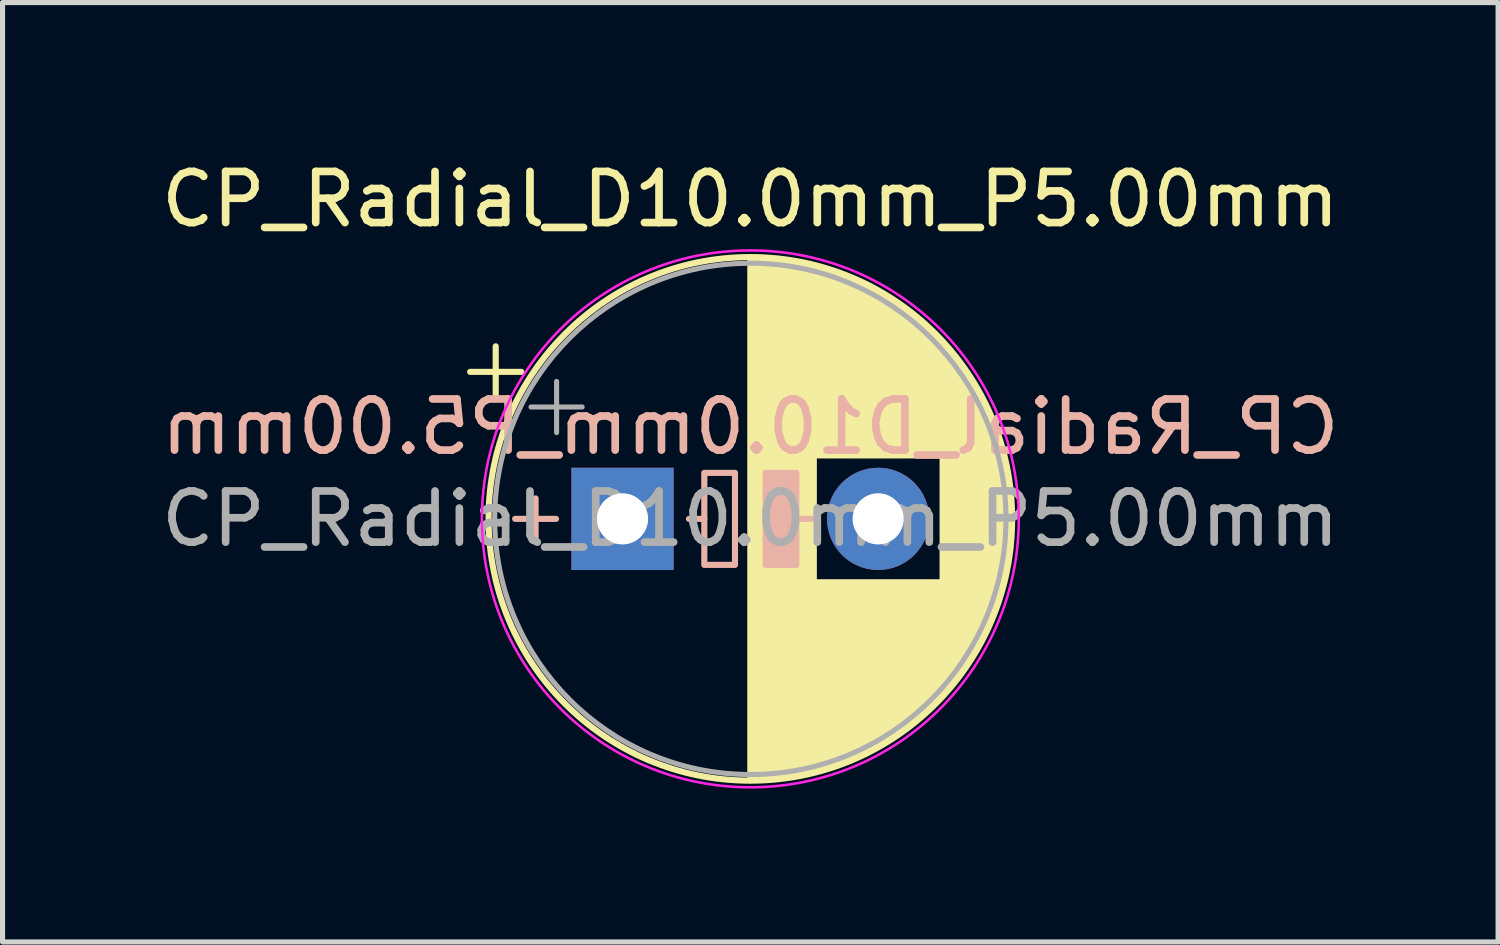
<source format=kicad_pcb>
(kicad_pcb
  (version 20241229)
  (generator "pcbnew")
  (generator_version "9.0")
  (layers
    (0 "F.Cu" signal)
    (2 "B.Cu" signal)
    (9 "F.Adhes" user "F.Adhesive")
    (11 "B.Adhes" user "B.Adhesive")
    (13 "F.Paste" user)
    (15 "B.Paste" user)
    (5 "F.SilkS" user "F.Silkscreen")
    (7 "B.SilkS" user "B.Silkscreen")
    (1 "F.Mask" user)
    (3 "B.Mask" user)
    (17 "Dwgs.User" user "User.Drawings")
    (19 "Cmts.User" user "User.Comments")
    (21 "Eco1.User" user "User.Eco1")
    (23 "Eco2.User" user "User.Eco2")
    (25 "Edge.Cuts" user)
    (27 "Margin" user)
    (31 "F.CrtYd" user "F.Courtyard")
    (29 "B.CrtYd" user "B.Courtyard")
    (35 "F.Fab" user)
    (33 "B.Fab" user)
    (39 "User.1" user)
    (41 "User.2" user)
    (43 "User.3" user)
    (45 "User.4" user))
  (footprint "CP_Radial_D10.0mm_P5.00mm"
    (layer "F.Cu")
    (at 9.125 7.098)
    (property "Reference" "CP_Radial_D10.0mm_P5.00mm" (at 2.5 -6.25 0) (layer "F.SilkS") (effects (font (size 1 1) (thickness 0.15))))
    (fp_line (start -2.98 -2.875) (end -1.98 -2.875) (stroke (width 0.12) (type solid)) (layer "F.SilkS"))
    (fp_line (start -2.48 -3.375) (end -2.48 -2.375) (stroke (width 0.12) (type solid)) (layer "F.SilkS"))
    (fp_line (start 2.5 -5.08) (end 2.5 5.08) (stroke (width 0.12) (type solid)) (layer "F.SilkS"))
    (fp_line (start 2.54 -5.08) (end 2.54 5.08) (stroke (width 0.12) (type solid)) (layer "F.SilkS"))
    (fp_line (start 2.58 -5.08) (end 2.58 5.08) (stroke (width 0.12) (type solid)) (layer "F.SilkS"))
    (fp_line (start 2.62 -5.079) (end 2.62 5.079) (stroke (width 0.12) (type solid)) (layer "F.SilkS"))
    (fp_line (start 2.66 -5.078) (end 2.66 5.078) (stroke (width 0.12) (type solid)) (layer "F.SilkS"))
    (fp_line (start 2.7 -5.077) (end 2.7 5.077) (stroke (width 0.12) (type solid)) (layer "F.SilkS"))
    (fp_line (start 2.74 -5.075) (end 2.74 5.075) (stroke (width 0.12) (type solid)) (layer "F.SilkS"))
    (fp_line (start 2.78 -5.073) (end 2.78 5.073) (stroke (width 0.12) (type solid)) (layer "F.SilkS"))
    (fp_line (start 2.82 -5.07) (end 2.82 5.07) (stroke (width 0.12) (type solid)) (layer "F.SilkS"))
    (fp_line (start 2.86 -5.068) (end 2.86 5.068) (stroke (width 0.12) (type solid)) (layer "F.SilkS"))
    (fp_line (start 2.9 -5.065) (end 2.9 5.065) (stroke (width 0.12) (type solid)) (layer "F.SilkS"))
    (fp_line (start 2.94 -5.062) (end 2.94 5.062) (stroke (width 0.12) (type solid)) (layer "F.SilkS"))
    (fp_line (start 2.98 -5.058) (end 2.98 5.058) (stroke (width 0.12) (type solid)) (layer "F.SilkS"))
    (fp_line (start 3.02 -5.054) (end 3.02 5.054) (stroke (width 0.12) (type solid)) (layer "F.SilkS"))
    (fp_line (start 3.06 -5.05) (end 3.06 5.05) (stroke (width 0.12) (type solid)) (layer "F.SilkS"))
    (fp_line (start 3.1 -5.045) (end 3.1 5.045) (stroke (width 0.12) (type solid)) (layer "F.SilkS"))
    (fp_line (start 3.14 -5.04) (end 3.14 5.04) (stroke (width 0.12) (type solid)) (layer "F.SilkS"))
    (fp_line (start 3.18 -5.035) (end 3.18 5.035) (stroke (width 0.12) (type solid)) (layer "F.SilkS"))
    (fp_line (start 3.221 -5.03) (end 3.221 5.03) (stroke (width 0.12) (type solid)) (layer "F.SilkS"))
    (fp_line (start 3.261 -5.024) (end 3.261 5.024) (stroke (width 0.12) (type solid)) (layer "F.SilkS"))
    (fp_line (start 3.301 -5.018) (end 3.301 5.018) (stroke (width 0.12) (type solid)) (layer "F.SilkS"))
    (fp_line (start 3.341 -5.011) (end 3.341 5.011) (stroke (width 0.12) (type solid)) (layer "F.SilkS"))
    (fp_line (start 3.381 -5.004) (end 3.381 5.004) (stroke (width 0.12) (type solid)) (layer "F.SilkS"))
    (fp_line (start 3.421 -4.997) (end 3.421 4.997) (stroke (width 0.12) (type solid)) (layer "F.SilkS"))
    (fp_line (start 3.461 -4.99) (end 3.461 4.99) (stroke (width 0.12) (type solid)) (layer "F.SilkS"))
    (fp_line (start 3.501 -4.982) (end 3.501 4.982) (stroke (width 0.12) (type solid)) (layer "F.SilkS"))
    (fp_line (start 3.541 -4.974) (end 3.541 4.974) (stroke (width 0.12) (type solid)) (layer "F.SilkS"))
    (fp_line (start 3.581 -4.965) (end 3.581 4.965) (stroke (width 0.12) (type solid)) (layer "F.SilkS"))
    (fp_line (start 3.621 -4.956) (end 3.621 4.956) (stroke (width 0.12) (type solid)) (layer "F.SilkS"))
    (fp_line (start 3.661 -4.947) (end 3.661 4.947) (stroke (width 0.12) (type solid)) (layer "F.SilkS"))
    (fp_line (start 3.701 -4.938) (end 3.701 4.938) (stroke (width 0.12) (type solid)) (layer "F.SilkS"))
    (fp_line (start 3.741 -4.928) (end 3.741 4.928) (stroke (width 0.12) (type solid)) (layer "F.SilkS"))
    (fp_line (start 3.781 -4.918) (end 3.781 -1.241) (stroke (width 0.12) (type solid)) (layer "F.SilkS"))
    (fp_line (start 3.781 1.241) (end 3.781 4.918) (stroke (width 0.12) (type solid)) (layer "F.SilkS"))
    (fp_line (start 3.821 -4.907) (end 3.821 -1.241) (stroke (width 0.12) (type solid)) (layer "F.SilkS"))
    (fp_line (start 3.821 1.241) (end 3.821 4.907) (stroke (width 0.12) (type solid)) (layer "F.SilkS"))
    (fp_line (start 3.861 -4.897) (end 3.861 -1.241) (stroke (width 0.12) (type solid)) (layer "F.SilkS"))
    (fp_line (start 3.861 1.241) (end 3.861 4.897) (stroke (width 0.12) (type solid)) (layer "F.SilkS"))
    (fp_line (start 3.901 -4.885) (end 3.901 -1.241) (stroke (width 0.12) (type solid)) (layer "F.SilkS"))
    (fp_line (start 3.901 1.241) (end 3.901 4.885) (stroke (width 0.12) (type solid)) (layer "F.SilkS"))
    (fp_line (start 3.941 -4.874) (end 3.941 -1.241) (stroke (width 0.12) (type solid)) (layer "F.SilkS"))
    (fp_line (start 3.941 1.241) (end 3.941 4.874) (stroke (width 0.12) (type solid)) (layer "F.SilkS"))
    (fp_line (start 3.981 -4.862) (end 3.981 -1.241) (stroke (width 0.12) (type solid)) (layer "F.SilkS"))
    (fp_line (start 3.981 1.241) (end 3.981 4.862) (stroke (width 0.12) (type solid)) (layer "F.SilkS"))
    (fp_line (start 4.021 -4.85) (end 4.021 -1.241) (stroke (width 0.12) (type solid)) (layer "F.SilkS"))
    (fp_line (start 4.021 1.241) (end 4.021 4.85) (stroke (width 0.12) (type solid)) (layer "F.SilkS"))
    (fp_line (start 4.061 -4.837) (end 4.061 -1.241) (stroke (width 0.12) (type solid)) (layer "F.SilkS"))
    (fp_line (start 4.061 1.241) (end 4.061 4.837) (stroke (width 0.12) (type solid)) (layer "F.SilkS"))
    (fp_line (start 4.101 -4.824) (end 4.101 -1.241) (stroke (width 0.12) (type solid)) (layer "F.SilkS"))
    (fp_line (start 4.101 1.241) (end 4.101 4.824) (stroke (width 0.12) (type solid)) (layer "F.SilkS"))
    (fp_line (start 4.141 -4.811) (end 4.141 -1.241) (stroke (width 0.12) (type solid)) (layer "F.SilkS"))
    (fp_line (start 4.141 1.241) (end 4.141 4.811) (stroke (width 0.12) (type solid)) (layer "F.SilkS"))
    (fp_line (start 4.181 -4.797) (end 4.181 -1.241) (stroke (width 0.12) (type solid)) (layer "F.SilkS"))
    (fp_line (start 4.181 1.241) (end 4.181 4.797) (stroke (width 0.12) (type solid)) (layer "F.SilkS"))
    (fp_line (start 4.221 -4.783) (end 4.221 -1.241) (stroke (width 0.12) (type solid)) (layer "F.SilkS"))
    (fp_line (start 4.221 1.241) (end 4.221 4.783) (stroke (width 0.12) (type solid)) (layer "F.SilkS"))
    (fp_line (start 4.261 -4.768) (end 4.261 -1.241) (stroke (width 0.12) (type solid)) (layer "F.SilkS"))
    (fp_line (start 4.261 1.241) (end 4.261 4.768) (stroke (width 0.12) (type solid)) (layer "F.SilkS"))
    (fp_line (start 4.301 -4.754) (end 4.301 -1.241) (stroke (width 0.12) (type solid)) (layer "F.SilkS"))
    (fp_line (start 4.301 1.241) (end 4.301 4.754) (stroke (width 0.12) (type solid)) (layer "F.SilkS"))
    (fp_line (start 4.341 -4.738) (end 4.341 -1.241) (stroke (width 0.12) (type solid)) (layer "F.SilkS"))
    (fp_line (start 4.341 1.241) (end 4.341 4.738) (stroke (width 0.12) (type solid)) (layer "F.SilkS"))
    (fp_line (start 4.381 -4.723) (end 4.381 -1.241) (stroke (width 0.12) (type solid)) (layer "F.SilkS"))
    (fp_line (start 4.381 1.241) (end 4.381 4.723) (stroke (width 0.12) (type solid)) (layer "F.SilkS"))
    (fp_line (start 4.421 -4.707) (end 4.421 -1.241) (stroke (width 0.12) (type solid)) (layer "F.SilkS"))
    (fp_line (start 4.421 1.241) (end 4.421 4.707) (stroke (width 0.12) (type solid)) (layer "F.SilkS"))
    (fp_line (start 4.461 -4.69) (end 4.461 -1.241) (stroke (width 0.12) (type solid)) (layer "F.SilkS"))
    (fp_line (start 4.461 1.241) (end 4.461 4.69) (stroke (width 0.12) (type solid)) (layer "F.SilkS"))
    (fp_line (start 4.501 -4.674) (end 4.501 -1.241) (stroke (width 0.12) (type solid)) (layer "F.SilkS"))
    (fp_line (start 4.501 1.241) (end 4.501 4.674) (stroke (width 0.12) (type solid)) (layer "F.SilkS"))
    (fp_line (start 4.541 -4.657) (end 4.541 -1.241) (stroke (width 0.12) (type solid)) (layer "F.SilkS"))
    (fp_line (start 4.541 1.241) (end 4.541 4.657) (stroke (width 0.12) (type solid)) (layer "F.SilkS"))
    (fp_line (start 4.581 -4.639) (end 4.581 -1.241) (stroke (width 0.12) (type solid)) (layer "F.SilkS"))
    (fp_line (start 4.581 1.241) (end 4.581 4.639) (stroke (width 0.12) (type solid)) (layer "F.SilkS"))
    (fp_line (start 4.621 -4.621) (end 4.621 -1.241) (stroke (width 0.12) (type solid)) (layer "F.SilkS"))
    (fp_line (start 4.621 1.241) (end 4.621 4.621) (stroke (width 0.12) (type solid)) (layer "F.SilkS"))
    (fp_line (start 4.661 -4.603) (end 4.661 -1.241) (stroke (width 0.12) (type solid)) (layer "F.SilkS"))
    (fp_line (start 4.661 1.241) (end 4.661 4.603) (stroke (width 0.12) (type solid)) (layer "F.SilkS"))
    (fp_line (start 4.701 -4.584) (end 4.701 -1.241) (stroke (width 0.12) (type solid)) (layer "F.SilkS"))
    (fp_line (start 4.701 1.241) (end 4.701 4.584) (stroke (width 0.12) (type solid)) (layer "F.SilkS"))
    (fp_line (start 4.741 -4.564) (end 4.741 -1.241) (stroke (width 0.12) (type solid)) (layer "F.SilkS"))
    (fp_line (start 4.741 1.241) (end 4.741 4.564) (stroke (width 0.12) (type solid)) (layer "F.SilkS"))
    (fp_line (start 4.781 -4.545) (end 4.781 -1.241) (stroke (width 0.12) (type solid)) (layer "F.SilkS"))
    (fp_line (start 4.781 1.241) (end 4.781 4.545) (stroke (width 0.12) (type solid)) (layer "F.SilkS"))
    (fp_line (start 4.821 -4.525) (end 4.821 -1.241) (stroke (width 0.12) (type solid)) (layer "F.SilkS"))
    (fp_line (start 4.821 1.241) (end 4.821 4.525) (stroke (width 0.12) (type solid)) (layer "F.SilkS"))
    (fp_line (start 4.861 -4.504) (end 4.861 -1.241) (stroke (width 0.12) (type solid)) (layer "F.SilkS"))
    (fp_line (start 4.861 1.241) (end 4.861 4.504) (stroke (width 0.12) (type solid)) (layer "F.SilkS"))
    (fp_line (start 4.901 -4.483) (end 4.901 -1.241) (stroke (width 0.12) (type solid)) (layer "F.SilkS"))
    (fp_line (start 4.901 1.241) (end 4.901 4.483) (stroke (width 0.12) (type solid)) (layer "F.SilkS"))
    (fp_line (start 4.941 -4.462) (end 4.941 -1.241) (stroke (width 0.12) (type solid)) (layer "F.SilkS"))
    (fp_line (start 4.941 1.241) (end 4.941 4.462) (stroke (width 0.12) (type solid)) (layer "F.SilkS"))
    (fp_line (start 4.981 -4.44) (end 4.981 -1.241) (stroke (width 0.12) (type solid)) (layer "F.SilkS"))
    (fp_line (start 4.981 1.241) (end 4.981 4.44) (stroke (width 0.12) (type solid)) (layer "F.SilkS"))
    (fp_line (start 5.021 -4.417) (end 5.021 -1.241) (stroke (width 0.12) (type solid)) (layer "F.SilkS"))
    (fp_line (start 5.021 1.241) (end 5.021 4.417) (stroke (width 0.12) (type solid)) (layer "F.SilkS"))
    (fp_line (start 5.061 -4.395) (end 5.061 -1.241) (stroke (width 0.12) (type solid)) (layer "F.SilkS"))
    (fp_line (start 5.061 1.241) (end 5.061 4.395) (stroke (width 0.12) (type solid)) (layer "F.SilkS"))
    (fp_line (start 5.101 -4.371) (end 5.101 -1.241) (stroke (width 0.12) (type solid)) (layer "F.SilkS"))
    (fp_line (start 5.101 1.241) (end 5.101 4.371) (stroke (width 0.12) (type solid)) (layer "F.SilkS"))
    (fp_line (start 5.141 -4.347) (end 5.141 -1.241) (stroke (width 0.12) (type solid)) (layer "F.SilkS"))
    (fp_line (start 5.141 1.241) (end 5.141 4.347) (stroke (width 0.12) (type solid)) (layer "F.SilkS"))
    (fp_line (start 5.181 -4.323) (end 5.181 -1.241) (stroke (width 0.12) (type solid)) (layer "F.SilkS"))
    (fp_line (start 5.181 1.241) (end 5.181 4.323) (stroke (width 0.12) (type solid)) (layer "F.SilkS"))
    (fp_line (start 5.221 -4.298) (end 5.221 -1.241) (stroke (width 0.12) (type solid)) (layer "F.SilkS"))
    (fp_line (start 5.221 1.241) (end 5.221 4.298) (stroke (width 0.12) (type solid)) (layer "F.SilkS"))
    (fp_line (start 5.261 -4.273) (end 5.261 -1.241) (stroke (width 0.12) (type solid)) (layer "F.SilkS"))
    (fp_line (start 5.261 1.241) (end 5.261 4.273) (stroke (width 0.12) (type solid)) (layer "F.SilkS"))
    (fp_line (start 5.301 -4.247) (end 5.301 -1.241) (stroke (width 0.12) (type solid)) (layer "F.SilkS"))
    (fp_line (start 5.301 1.241) (end 5.301 4.247) (stroke (width 0.12) (type solid)) (layer "F.SilkS"))
    (fp_line (start 5.341 -4.221) (end 5.341 -1.241) (stroke (width 0.12) (type solid)) (layer "F.SilkS"))
    (fp_line (start 5.341 1.241) (end 5.341 4.221) (stroke (width 0.12) (type solid)) (layer "F.SilkS"))
    (fp_line (start 5.381 -4.194) (end 5.381 -1.241) (stroke (width 0.12) (type solid)) (layer "F.SilkS"))
    (fp_line (start 5.381 1.241) (end 5.381 4.194) (stroke (width 0.12) (type solid)) (layer "F.SilkS"))
    (fp_line (start 5.421 -4.166) (end 5.421 -1.241) (stroke (width 0.12) (type solid)) (layer "F.SilkS"))
    (fp_line (start 5.421 1.241) (end 5.421 4.166) (stroke (width 0.12) (type solid)) (layer "F.SilkS"))
    (fp_line (start 5.461 -4.138) (end 5.461 -1.241) (stroke (width 0.12) (type solid)) (layer "F.SilkS"))
    (fp_line (start 5.461 1.241) (end 5.461 4.138) (stroke (width 0.12) (type solid)) (layer "F.SilkS"))
    (fp_line (start 5.501 -4.11) (end 5.501 -1.241) (stroke (width 0.12) (type solid)) (layer "F.SilkS"))
    (fp_line (start 5.501 1.241) (end 5.501 4.11) (stroke (width 0.12) (type solid)) (layer "F.SilkS"))
    (fp_line (start 5.541 -4.08) (end 5.541 -1.241) (stroke (width 0.12) (type solid)) (layer "F.SilkS"))
    (fp_line (start 5.541 1.241) (end 5.541 4.08) (stroke (width 0.12) (type solid)) (layer "F.SilkS"))
    (fp_line (start 5.581 -4.05) (end 5.581 -1.241) (stroke (width 0.12) (type solid)) (layer "F.SilkS"))
    (fp_line (start 5.581 1.241) (end 5.581 4.05) (stroke (width 0.12) (type solid)) (layer "F.SilkS"))
    (fp_line (start 5.621 -4.02) (end 5.621 -1.241) (stroke (width 0.12) (type solid)) (layer "F.SilkS"))
    (fp_line (start 5.621 1.241) (end 5.621 4.02) (stroke (width 0.12) (type solid)) (layer "F.SilkS"))
    (fp_line (start 5.661 -3.989) (end 5.661 -1.241) (stroke (width 0.12) (type solid)) (layer "F.SilkS"))
    (fp_line (start 5.661 1.241) (end 5.661 3.989) (stroke (width 0.12) (type solid)) (layer "F.SilkS"))
    (fp_line (start 5.701 -3.957) (end 5.701 -1.241) (stroke (width 0.12) (type solid)) (layer "F.SilkS"))
    (fp_line (start 5.701 1.241) (end 5.701 3.957) (stroke (width 0.12) (type solid)) (layer "F.SilkS"))
    (fp_line (start 5.741 -3.925) (end 5.741 -1.241) (stroke (width 0.12) (type solid)) (layer "F.SilkS"))
    (fp_line (start 5.741 1.241) (end 5.741 3.925) (stroke (width 0.12) (type solid)) (layer "F.SilkS"))
    (fp_line (start 5.781 -3.892) (end 5.781 -1.241) (stroke (width 0.12) (type solid)) (layer "F.SilkS"))
    (fp_line (start 5.781 1.241) (end 5.781 3.892) (stroke (width 0.12) (type solid)) (layer "F.SilkS"))
    (fp_line (start 5.821 -3.858) (end 5.821 -1.241) (stroke (width 0.12) (type solid)) (layer "F.SilkS"))
    (fp_line (start 5.821 1.241) (end 5.821 3.858) (stroke (width 0.12) (type solid)) (layer "F.SilkS"))
    (fp_line (start 5.861 -3.824) (end 5.861 -1.241) (stroke (width 0.12) (type solid)) (layer "F.SilkS"))
    (fp_line (start 5.861 1.241) (end 5.861 3.824) (stroke (width 0.12) (type solid)) (layer "F.SilkS"))
    (fp_line (start 5.901 -3.789) (end 5.901 -1.241) (stroke (width 0.12) (type solid)) (layer "F.SilkS"))
    (fp_line (start 5.901 1.241) (end 5.901 3.789) (stroke (width 0.12) (type solid)) (layer "F.SilkS"))
    (fp_line (start 5.941 -3.753) (end 5.941 -1.241) (stroke (width 0.12) (type solid)) (layer "F.SilkS"))
    (fp_line (start 5.941 1.241) (end 5.941 3.753) (stroke (width 0.12) (type solid)) (layer "F.SilkS"))
    (fp_line (start 5.981 -3.716) (end 5.981 -1.241) (stroke (width 0.12) (type solid)) (layer "F.SilkS"))
    (fp_line (start 5.981 1.241) (end 5.981 3.716) (stroke (width 0.12) (type solid)) (layer "F.SilkS"))
    (fp_line (start 6.021 -3.679) (end 6.021 -1.241) (stroke (width 0.12) (type solid)) (layer "F.SilkS"))
    (fp_line (start 6.021 1.241) (end 6.021 3.679) (stroke (width 0.12) (type solid)) (layer "F.SilkS"))
    (fp_line (start 6.061 -3.64) (end 6.061 -1.241) (stroke (width 0.12) (type solid)) (layer "F.SilkS"))
    (fp_line (start 6.061 1.241) (end 6.061 3.64) (stroke (width 0.12) (type solid)) (layer "F.SilkS"))
    (fp_line (start 6.101 -3.601) (end 6.101 -1.241) (stroke (width 0.12) (type solid)) (layer "F.SilkS"))
    (fp_line (start 6.101 1.241) (end 6.101 3.601) (stroke (width 0.12) (type solid)) (layer "F.SilkS"))
    (fp_line (start 6.141 -3.561) (end 6.141 -1.241) (stroke (width 0.12) (type solid)) (layer "F.SilkS"))
    (fp_line (start 6.141 1.241) (end 6.141 3.561) (stroke (width 0.12) (type solid)) (layer "F.SilkS"))
    (fp_line (start 6.181 -3.52) (end 6.181 -1.241) (stroke (width 0.12) (type solid)) (layer "F.SilkS"))
    (fp_line (start 6.181 1.241) (end 6.181 3.52) (stroke (width 0.12) (type solid)) (layer "F.SilkS"))
    (fp_line (start 6.221 -3.478) (end 6.221 -1.241) (stroke (width 0.12) (type solid)) (layer "F.SilkS"))
    (fp_line (start 6.221 1.241) (end 6.221 3.478) (stroke (width 0.12) (type solid)) (layer "F.SilkS"))
    (fp_line (start 6.261 -3.436) (end 6.261 3.436) (stroke (width 0.12) (type solid)) (layer "F.SilkS"))
    (fp_line (start 6.301 -3.392) (end 6.301 3.392) (stroke (width 0.12) (type solid)) (layer "F.SilkS"))
    (fp_line (start 6.341 -3.347) (end 6.341 3.347) (stroke (width 0.12) (type solid)) (layer "F.SilkS"))
    (fp_line (start 6.381 -3.301) (end 6.381 3.301) (stroke (width 0.12) (type solid)) (layer "F.SilkS"))
    (fp_line (start 6.421 -3.254) (end 6.421 3.254) (stroke (width 0.12) (type solid)) (layer "F.SilkS"))
    (fp_line (start 6.461 -3.206) (end 6.461 3.206) (stroke (width 0.12) (type solid)) (layer "F.SilkS"))
    (fp_line (start 6.501 -3.156) (end 6.501 3.156) (stroke (width 0.12) (type solid)) (layer "F.SilkS"))
    (fp_line (start 6.541 -3.106) (end 6.541 3.106) (stroke (width 0.12) (type solid)) (layer "F.SilkS"))
    (fp_line (start 6.581 -3.054) (end 6.581 3.054) (stroke (width 0.12) (type solid)) (layer "F.SilkS"))
    (fp_line (start 6.621 -3) (end 6.621 3) (stroke (width 0.12) (type solid)) (layer "F.SilkS"))
    (fp_line (start 6.661 -2.945) (end 6.661 2.945) (stroke (width 0.12) (type solid)) (layer "F.SilkS"))
    (fp_line (start 6.701 -2.889) (end 6.701 2.889) (stroke (width 0.12) (type solid)) (layer "F.SilkS"))
    (fp_line (start 6.741 -2.83) (end 6.741 2.83) (stroke (width 0.12) (type solid)) (layer "F.SilkS"))
    (fp_line (start 6.781 -2.77) (end 6.781 2.77) (stroke (width 0.12) (type solid)) (layer "F.SilkS"))
    (fp_line (start 6.821 -2.709) (end 6.821 2.709) (stroke (width 0.12) (type solid)) (layer "F.SilkS"))
    (fp_line (start 6.861 -2.645) (end 6.861 2.645) (stroke (width 0.12) (type solid)) (layer "F.SilkS"))
    (fp_line (start 6.901 -2.579) (end 6.901 2.579) (stroke (width 0.12) (type solid)) (layer "F.SilkS"))
    (fp_line (start 6.941 -2.51) (end 6.941 2.51) (stroke (width 0.12) (type solid)) (layer "F.SilkS"))
    (fp_line (start 6.981 -2.439) (end 6.981 2.439) (stroke (width 0.12) (type solid)) (layer "F.SilkS"))
    (fp_line (start 7.021 -2.365) (end 7.021 2.365) (stroke (width 0.12) (type solid)) (layer "F.SilkS"))
    (fp_line (start 7.061 -2.289) (end 7.061 2.289) (stroke (width 0.12) (type solid)) (layer "F.SilkS"))
    (fp_line (start 7.101 -2.209) (end 7.101 2.209) (stroke (width 0.12) (type solid)) (layer "F.SilkS"))
    (fp_line (start 7.141 -2.125) (end 7.141 2.125) (stroke (width 0.12) (type solid)) (layer "F.SilkS"))
    (fp_line (start 7.181 -2.037) (end 7.181 2.037) (stroke (width 0.12) (type solid)) (layer "F.SilkS"))
    (fp_line (start 7.221 -1.944) (end 7.221 1.944) (stroke (width 0.12) (type solid)) (layer "F.SilkS"))
    (fp_line (start 7.261 -1.846) (end 7.261 1.846) (stroke (width 0.12) (type solid)) (layer "F.SilkS"))
    (fp_line (start 7.301 -1.742) (end 7.301 1.742) (stroke (width 0.12) (type solid)) (layer "F.SilkS"))
    (fp_line (start 7.341 -1.63) (end 7.341 1.63) (stroke (width 0.12) (type solid)) (layer "F.SilkS"))
    (fp_line (start 7.381 -1.51) (end 7.381 1.51) (stroke (width 0.12) (type solid)) (layer "F.SilkS"))
    (fp_line (start 7.421 -1.378) (end 7.421 1.378) (stroke (width 0.12) (type solid)) (layer "F.SilkS"))
    (fp_line (start 7.461 -1.23) (end 7.461 1.23) (stroke (width 0.12) (type solid)) (layer "F.SilkS"))
    (fp_line (start 7.501 -1.062) (end 7.501 1.062) (stroke (width 0.12) (type solid)) (layer "F.SilkS"))
    (fp_line (start 7.541 -0.862) (end 7.541 0.862) (stroke (width 0.12) (type solid)) (layer "F.SilkS"))
    (fp_line (start 7.581 -0.599) (end 7.581 0.599) (stroke (width 0.12) (type solid)) (layer "F.SilkS"))
    (fp_circle (center 2.5 0) (end 7.62 0) (stroke (width 0.12) (type solid)) (fill no) (layer "F.SilkS"))
    (fp_line (start -1.7 -0.4) (end -1.7 0.4) (stroke (width 0.12) (type solid)) (layer "B.SilkS"))
    (fp_line (start -1.3 0) (end -2.1 0) (stroke (width 0.12) (type solid)) (layer "B.SilkS"))
    (fp_line (start 1.6 0) (end 1.3 0) (stroke (width 0.12) (type solid)) (layer "B.SilkS"))
    (fp_line (start 3.7 0) (end 3.4 0) (stroke (width 0.12) (type solid)) (layer "B.SilkS"))
    (fp_rect (start 2.2 -0.9) (end 1.6 0.9) (stroke (width 0.12) (type solid)) (fill no) (layer "B.SilkS"))
    (fp_rect (start 3.4 -0.9) (end 2.8 0.9) (stroke (width 0.12) (type solid)) (fill yes) (layer "B.SilkS"))
    (fp_circle (center 2.5 0) (end 7.75 0) (stroke (width 0.05) (type solid)) (fill no) (layer "F.CrtYd"))
    (fp_line (start -1.789 -2.188) (end -0.789 -2.188) (stroke (width 0.1) (type solid)) (layer "F.Fab"))
    (fp_line (start -1.289 -2.688) (end -1.289 -1.688) (stroke (width 0.1) (type solid)) (layer "F.Fab"))
    (fp_circle (center 2.5 0) (end 7.5 0) (stroke (width 0.1) (type solid)) (fill no) (layer "F.Fab"))
    (fp_text user "${REFERENCE}" (at 2.5 -1.8 0) (layer "B.SilkS") (effects (font (size 1 1) (thickness 0.15)) (justify mirror)))
    (fp_text user "${REFERENCE}" (at 2.5 0 0) (layer "F.Fab") (effects (font (size 1 1) (thickness 0.15))))
    (pad "1" thru_hole rect (at 0 0) (size 2 2) (drill 1) (layers "*.Cu" "*.Mask"))
    (pad "2" thru_hole circle (at 5 0) (size 2 2) (drill 1) (layers "*.Cu" "*.Mask")))
  (gr_rect
    (start -3 -3)
    (end 26.25 15.373)
    (stroke (width 0.1) (type default))
    (fill no)
    (layer "Edge.Cuts")))
</source>
